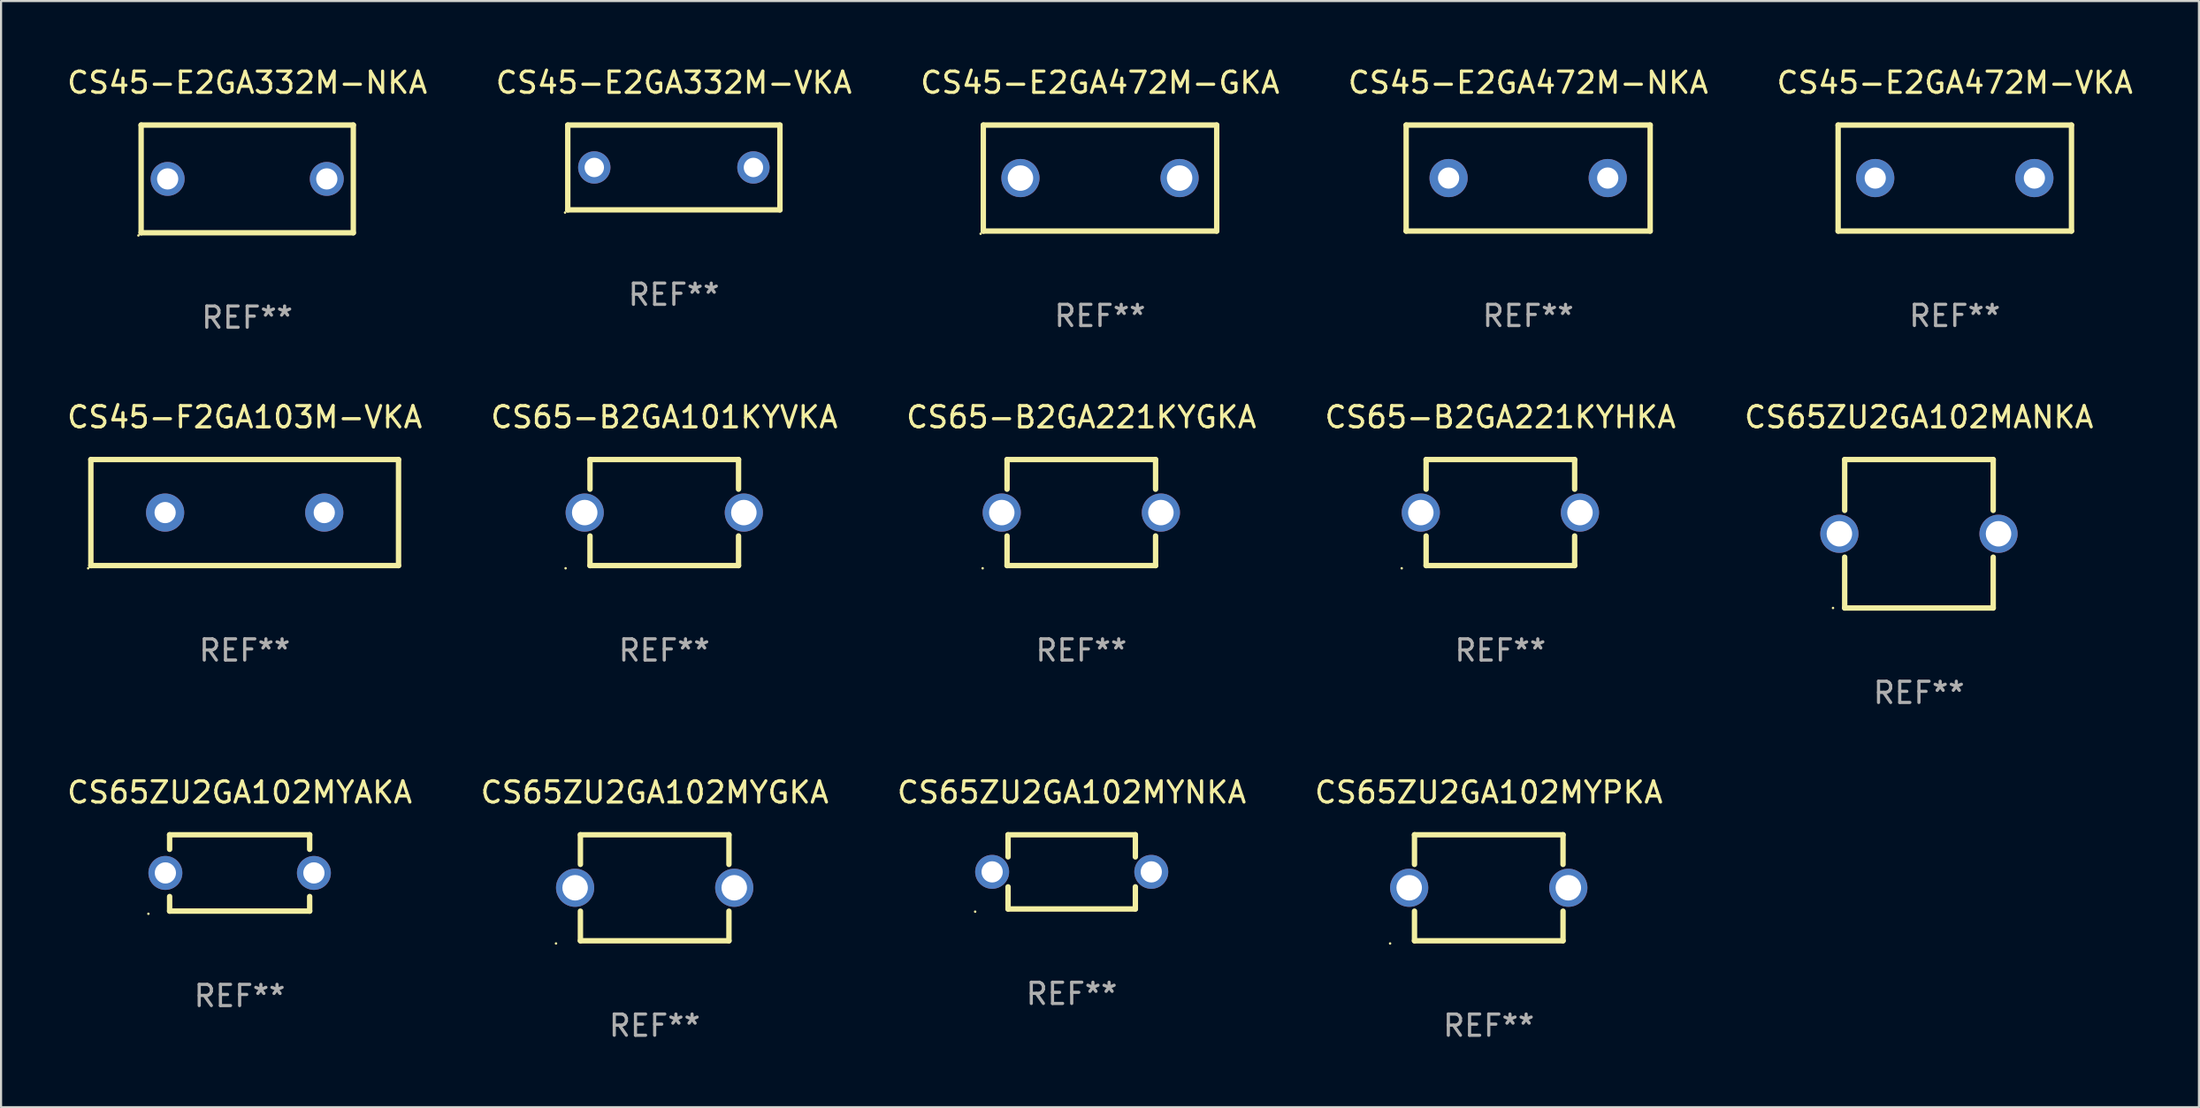
<source format=kicad_pcb>
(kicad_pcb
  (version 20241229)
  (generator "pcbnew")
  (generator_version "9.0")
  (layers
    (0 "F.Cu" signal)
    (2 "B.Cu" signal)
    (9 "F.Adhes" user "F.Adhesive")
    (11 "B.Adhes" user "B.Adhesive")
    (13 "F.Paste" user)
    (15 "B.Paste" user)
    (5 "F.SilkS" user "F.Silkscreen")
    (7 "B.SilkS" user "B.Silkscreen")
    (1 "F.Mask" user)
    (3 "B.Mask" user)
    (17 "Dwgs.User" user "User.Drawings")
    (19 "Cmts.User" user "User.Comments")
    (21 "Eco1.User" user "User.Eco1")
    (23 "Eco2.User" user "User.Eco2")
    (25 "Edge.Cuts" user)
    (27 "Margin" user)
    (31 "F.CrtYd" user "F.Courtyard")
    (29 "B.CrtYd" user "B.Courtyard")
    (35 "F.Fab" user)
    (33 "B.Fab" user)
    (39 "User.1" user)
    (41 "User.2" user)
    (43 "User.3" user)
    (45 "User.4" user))
  (footprint "CS65ZU2GA102MYAKA"
    (layer "F.Cu")
    (at 8.244 38.121)
    (property "Reference" "CS65ZU2GA102MYAKA" (at 0 -3.8 0) (layer "F.SilkS") (effects (font (size 1 1) (thickness 0.15))))
    (attr through_hole)
    (fp_line (start -3.3 -1.8) (end -3.3 -1.113) (stroke (width 0.254) (type solid)) (layer "F.SilkS"))
    (fp_line (start -3.3 -1.8) (end 3.3 -1.8) (stroke (width 0.254) (type solid)) (layer "F.SilkS"))
    (fp_line (start -3.3 1.113) (end -3.3 1.8) (stroke (width 0.254) (type solid)) (layer "F.SilkS"))
    (fp_line (start 3.3 1.8) (end -3.3 1.8) (stroke (width 0.254) (type solid)) (layer "F.SilkS"))
    (fp_line (start 3.3 -1.8) (end 3.3 -1.113) (stroke (width 0.254) (type solid)) (layer "F.SilkS"))
    (fp_line (start 3.3 1.113) (end 3.3 1.8) (stroke (width 0.254) (type solid)) (layer "F.SilkS"))
    (fp_circle (center -4.3 1.927) (end -4.27 1.927) (stroke (width 0.06) (type solid)) (fill no) (layer "F.SilkS"))
    (fp_text user "REF**" (at 0 5.8 0) (layer "F.Fab") (effects (font (size 1 1) (thickness 0.15))))
    (pad "1" thru_hole circle (at -3.5 0) (size 1.6 1.6) (drill 1) (layers "*.Cu" "*.Mask"))
    (pad "2" thru_hole circle (at 3.5 0) (size 1.6 1.6) (drill 1) (layers "*.Cu" "*.Mask")))
  (footprint "CS65-B2GA101KYVKA"
    (layer "F.Cu")
    (at 28.256 21.125)
    (property "Reference" "CS65-B2GA101KYVKA" (at 0 -4.5 0) (layer "F.SilkS") (effects (font (size 1 1) (thickness 0.15))))
    (attr through_hole)
    (fp_line (start -3.5 -2.5) (end -3.5 -1.103) (stroke (width 0.254) (type solid)) (layer "F.SilkS"))
    (fp_line (start -3.5 -2.5) (end 3.5 -2.5) (stroke (width 0.254) (type solid)) (layer "F.SilkS"))
    (fp_line (start -3.5 1.103) (end -3.5 2.5) (stroke (width 0.254) (type solid)) (layer "F.SilkS"))
    (fp_line (start 3.5 -2.5) (end 3.5 -1.103) (stroke (width 0.254) (type solid)) (layer "F.SilkS"))
    (fp_line (start 3.5 1.103) (end 3.5 2.5) (stroke (width 0.254) (type solid)) (layer "F.SilkS"))
    (fp_line (start 3.5 2.5) (end -3.5 2.5) (stroke (width 0.254) (type solid)) (layer "F.SilkS"))
    (fp_circle (center -4.65 2.627) (end -4.62 2.627) (stroke (width 0.06) (type solid)) (fill no) (layer "F.SilkS"))
    (fp_text user "REF**" (at 0 6.5 0) (layer "F.Fab") (effects (font (size 1 1) (thickness 0.15))))
    (pad "1" thru_hole circle (at -3.75 0) (size 1.8 1.8) (drill 1.2) (layers "*.Cu" "*.Mask"))
    (pad "2" thru_hole circle (at 3.75 0) (size 1.8 1.8) (drill 1.2) (layers "*.Cu" "*.Mask")))
  (footprint "CS65ZU2GA102MANKA"
    (layer "F.Cu")
    (at 87.387 22.125)
    (property "Reference" "CS65ZU2GA102MANKA" (at 0 -5.5 0) (layer "F.SilkS") (effects (font (size 1 1) (thickness 0.15))))
    (attr through_hole)
    (fp_line (start -3.5 -3.5) (end -3.5 -1.103) (stroke (width 0.254) (type solid)) (layer "F.SilkS"))
    (fp_line (start -3.5 -3.5) (end 3.5 -3.5) (stroke (width 0.254) (type solid)) (layer "F.SilkS"))
    (fp_line (start -3.5 1.103) (end -3.5 3.5) (stroke (width 0.254) (type solid)) (layer "F.SilkS"))
    (fp_line (start 3.5 -3.5) (end 3.5 -1.103) (stroke (width 0.254) (type solid)) (layer "F.SilkS"))
    (fp_line (start 3.5 1.103) (end 3.5 3.5) (stroke (width 0.254) (type solid)) (layer "F.SilkS"))
    (fp_line (start 3.5 3.5) (end -3.5 3.5) (stroke (width 0.254) (type solid)) (layer "F.SilkS"))
    (fp_circle (center -4.05 3.5) (end -4.02 3.5) (stroke (width 0.06) (type solid)) (fill no) (layer "F.SilkS"))
    (fp_text user "REF**" (at 0 7.5 0) (layer "F.Fab") (effects (font (size 1 1) (thickness 0.15))))
    (pad "1" thru_hole circle (at -3.75 0) (size 1.8 1.8) (drill 1.2) (layers "*.Cu" "*.Mask"))
    (pad "2" thru_hole circle (at 3.75 0) (size 1.8 1.8) (drill 1.2) (layers "*.Cu" "*.Mask")))
  (footprint "CS65ZU2GA102MYPKA"
    (layer "F.Cu")
    (at 67.113 38.821)
    (property "Reference" "CS65ZU2GA102MYPKA" (at 0 -4.5 0) (layer "F.SilkS") (effects (font (size 1 1) (thickness 0.15))))
    (attr through_hole)
    (fp_line (start -3.5 -2.5) (end -3.5 -1.103) (stroke (width 0.254) (type solid)) (layer "F.SilkS"))
    (fp_line (start -3.5 -2.5) (end 3.5 -2.5) (stroke (width 0.254) (type solid)) (layer "F.SilkS"))
    (fp_line (start -3.5 1.103) (end -3.5 2.5) (stroke (width 0.254) (type solid)) (layer "F.SilkS"))
    (fp_line (start 3.5 -2.5) (end 3.5 -1.103) (stroke (width 0.254) (type solid)) (layer "F.SilkS"))
    (fp_line (start 3.5 1.103) (end 3.5 2.5) (stroke (width 0.254) (type solid)) (layer "F.SilkS"))
    (fp_line (start 3.5 2.5) (end -3.5 2.5) (stroke (width 0.254) (type solid)) (layer "F.SilkS"))
    (fp_circle (center -4.65 2.627) (end -4.62 2.627) (stroke (width 0.06) (type solid)) (fill no) (layer "F.SilkS"))
    (fp_text user "REF**" (at 0 6.5 0) (layer "F.Fab") (effects (font (size 1 1) (thickness 0.15))))
    (pad "1" thru_hole circle (at -3.75 0) (size 1.8 1.8) (drill 1.2) (layers "*.Cu" "*.Mask"))
    (pad "2" thru_hole circle (at 3.75 0) (size 1.8 1.8) (drill 1.2) (layers "*.Cu" "*.Mask")))
  (footprint "CS65ZU2GA102MYNKA"
    (layer "F.Cu")
    (at 47.458 38.071)
    (property "Reference" "CS65ZU2GA102MYNKA" (at 0 -3.75 0) (layer "F.SilkS") (effects (font (size 1 1) (thickness 0.15))))
    (attr through_hole)
    (fp_line (start -3 -1.75) (end -3 -0.706) (stroke (width 0.254) (type solid)) (layer "F.SilkS"))
    (fp_line (start -3 -1.75) (end 3 -1.75) (stroke (width 0.254) (type solid)) (layer "F.SilkS"))
    (fp_line (start -3 0.706) (end -3 1.75) (stroke (width 0.254) (type solid)) (layer "F.SilkS"))
    (fp_line (start 3 -1.75) (end 3 -0.706) (stroke (width 0.254) (type solid)) (layer "F.SilkS"))
    (fp_line (start 3 0.706) (end 3 1.75) (stroke (width 0.254) (type solid)) (layer "F.SilkS"))
    (fp_line (start 3 1.75) (end -3 1.75) (stroke (width 0.254) (type solid)) (layer "F.SilkS"))
    (fp_circle (center -4.55 1.877) (end -4.52 1.877) (stroke (width 0.06) (type solid)) (fill no) (layer "F.SilkS"))
    (fp_text user "REF**" (at 0 5.75 0) (layer "F.Fab") (effects (font (size 1 1) (thickness 0.15))))
    (pad "1" thru_hole circle (at -3.75 -0.000025) (size 1.6 1.6) (drill 1) (layers "*.Cu" "*.Mask"))
    (pad "2" thru_hole circle (at 3.75 -0.000025) (size 1.6 1.6) (drill 1) (layers "*.Cu" "*.Mask")))
  (footprint "CS45-E2GA472M-NKA"
    (layer "F.Cu")
    (at 68.97 5.348)
    (property "Reference" "CS45-E2GA472M-NKA" (at 0 -4.5 0) (layer "F.SilkS") (effects (font (size 1 1) (thickness 0.15))))
    (attr through_hole)
    (fp_line (start -5.75 -2.5) (end 5.75 -2.5) (stroke (width 0.254) (type solid)) (layer "F.SilkS"))
    (fp_line (start -5.75 2.5) (end -5.75 -2.5) (stroke (width 0.254) (type solid)) (layer "F.SilkS"))
    (fp_line (start 5.75 -2.5) (end 5.75 2.5) (stroke (width 0.254) (type solid)) (layer "F.SilkS"))
    (fp_line (start 5.75 2.5) (end -5.75 2.5) (stroke (width 0.254) (type solid)) (layer "F.SilkS"))
    (fp_circle (center -5.75 2.5) (end -5.72 2.5) (stroke (width 0.06) (type solid)) (fill no) (layer "F.SilkS"))
    (fp_text user "REF**" (at 0 6.5 0) (layer "F.Fab") (effects (font (size 1 1) (thickness 0.15))))
    (pad "1" thru_hole circle (at -3.75 0) (size 1.8 1.8) (drill 1) (layers "*.Cu" "*.Mask"))
    (pad "2" thru_hole circle (at 3.75 0) (size 1.8 1.8) (drill 1) (layers "*.Cu" "*.Mask")))
  (footprint "CS65ZU2GA102MYGKA"
    (layer "F.Cu")
    (at 27.804 38.821)
    (property "Reference" "CS65ZU2GA102MYGKA" (at 0 -4.5 0) (layer "F.SilkS") (effects (font (size 1 1) (thickness 0.15))))
    (attr through_hole)
    (fp_line (start -3.5 -2.5) (end -3.5 -1.103) (stroke (width 0.254) (type solid)) (layer "F.SilkS"))
    (fp_line (start -3.5 -2.5) (end 3.5 -2.5) (stroke (width 0.254) (type solid)) (layer "F.SilkS"))
    (fp_line (start -3.5 1.103) (end -3.5 2.5) (stroke (width 0.254) (type solid)) (layer "F.SilkS"))
    (fp_line (start 3.5 -2.5) (end 3.5 -1.103) (stroke (width 0.254) (type solid)) (layer "F.SilkS"))
    (fp_line (start 3.5 1.103) (end 3.5 2.5) (stroke (width 0.254) (type solid)) (layer "F.SilkS"))
    (fp_line (start 3.5 2.5) (end -3.5 2.5) (stroke (width 0.254) (type solid)) (layer "F.SilkS"))
    (fp_circle (center -4.65 2.627) (end -4.62 2.627) (stroke (width 0.06) (type solid)) (fill no) (layer "F.SilkS"))
    (fp_text user "REF**" (at 0 6.5 0) (layer "F.Fab") (effects (font (size 1 1) (thickness 0.15))))
    (pad "1" thru_hole circle (at -3.75 0) (size 1.8 1.8) (drill 1.2) (layers "*.Cu" "*.Mask"))
    (pad "2" thru_hole circle (at 3.75 0) (size 1.8 1.8) (drill 1.2) (layers "*.Cu" "*.Mask")))
  (footprint "CS45-F2GA103M-VKA"
    (layer "F.Cu")
    (at 8.482 21.125)
    (property "Reference" "CS45-F2GA103M-VKA" (at 0 -4.5 0) (layer "F.SilkS") (effects (font (size 1 1) (thickness 0.15))))
    (attr through_hole)
    (fp_line (start -7.25 -2.5) (end -7.25 2.5) (stroke (width 0.254) (type solid)) (layer "F.SilkS"))
    (fp_line (start -7.25 -2.5) (end 7.25 -2.5) (stroke (width 0.254) (type solid)) (layer "F.SilkS"))
    (fp_line (start 7.25 2.5) (end -7.25 2.5) (stroke (width 0.254) (type solid)) (layer "F.SilkS"))
    (fp_line (start 7.25 -2.5) (end 7.25 2.5) (stroke (width 0.254) (type solid)) (layer "F.SilkS"))
    (fp_circle (center -7.377 2.627) (end -7.347 2.627) (stroke (width 0.06) (type solid)) (fill no) (layer "F.SilkS"))
    (fp_text user "REF**" (at 0 6.5 0) (layer "F.Fab") (effects (font (size 1 1) (thickness 0.15))))
    (pad "1" thru_hole circle (at -3.75 0) (size 1.8 1.8) (drill 1) (layers "*.Cu" "*.Mask"))
    (pad "2" thru_hole circle (at 3.75 0) (size 1.8 1.8) (drill 1) (layers "*.Cu" "*.Mask")))
  (footprint "CS45-E2GA472M-VKA"
    (layer "F.Cu")
    (at 89.077 5.348)
    (property "Reference" "CS45-E2GA472M-VKA" (at 0 -4.499 0) (layer "F.SilkS") (effects (font (size 1 1) (thickness 0.15))))
    (attr through_hole)
    (fp_line (start -5.499 -2.499) (end -5.499 2.499) (stroke (width 0.254) (type solid)) (layer "F.SilkS"))
    (fp_line (start -5.499 -2.499) (end 5.499 -2.499) (stroke (width 0.254) (type solid)) (layer "F.SilkS"))
    (fp_line (start 5.499 -2.499) (end 5.499 2.499) (stroke (width 0.254) (type solid)) (layer "F.SilkS"))
    (fp_line (start 5.499 2.499) (end -5.499 2.499) (stroke (width 0.254) (type solid)) (layer "F.SilkS"))
    (fp_circle (center -5.5 2.5) (end -5.47 2.5) (stroke (width 0.06) (type solid)) (fill no) (layer "F.SilkS"))
    (fp_text user "REF**" (at 0 6.499 0) (layer "F.Fab") (effects (font (size 1 1) (thickness 0.15))))
    (pad "1" thru_hole circle (at -3.75 0.000038) (size 1.8 1.8) (drill 1) (layers "*.Cu" "*.Mask"))
    (pad "2" thru_hole circle (at 3.75 0.000038) (size 1.8 1.8) (drill 1) (layers "*.Cu" "*.Mask")))
  (footprint "CS45-E2GA472M-GKA"
    (layer "F.Cu")
    (at 48.792 5.348)
    (property "Reference" "CS45-E2GA472M-GKA" (at 0 -4.5 0) (layer "F.SilkS") (effects (font (size 1 1) (thickness 0.15))))
    (attr through_hole)
    (fp_line (start -5.5 -2.5) (end 5.5 -2.5) (stroke (width 0.254) (type solid)) (layer "F.SilkS"))
    (fp_line (start -5.5 2.5) (end -5.5 -2.5) (stroke (width 0.254) (type solid)) (layer "F.SilkS"))
    (fp_line (start 5.5 -2.5) (end 5.5 2.5) (stroke (width 0.254) (type solid)) (layer "F.SilkS"))
    (fp_line (start 5.5 2.5) (end -5.5 2.5) (stroke (width 0.254) (type solid)) (layer "F.SilkS"))
    (fp_circle (center -5.627 2.627) (end -5.597 2.627) (stroke (width 0.06) (type solid)) (fill no) (layer "F.SilkS"))
    (fp_text user "REF**" (at 0 6.5 0) (layer "F.Fab") (effects (font (size 1 1) (thickness 0.15))))
    (pad "1" thru_hole circle (at -3.75 0) (size 1.8 1.8) (drill 1.2) (layers "*.Cu" "*.Mask"))
    (pad "2" thru_hole circle (at 3.75 0) (size 1.8 1.8) (drill 1.2) (layers "*.Cu" "*.Mask")))
  (footprint "CS45-E2GA332M-VKA"
    (layer "F.Cu")
    (at 28.708 4.848)
    (property "Reference" "CS45-E2GA332M-VKA" (at 0 -4 0) (layer "F.SilkS") (effects (font (size 1 1) (thickness 0.15))))
    (attr through_hole)
    (fp_line (start -5 -2) (end 5 -2) (stroke (width 0.254) (type solid)) (layer "F.SilkS"))
    (fp_line (start -5 2) (end -5 -2) (stroke (width 0.254) (type solid)) (layer "F.SilkS"))
    (fp_line (start 5 -2) (end 5 2) (stroke (width 0.254) (type solid)) (layer "F.SilkS"))
    (fp_line (start 5 2) (end -5 2) (stroke (width 0.254) (type solid)) (layer "F.SilkS"))
    (fp_circle (center -5.127 2.127) (end -5.097 2.127) (stroke (width 0.06) (type solid)) (fill no) (layer "F.SilkS"))
    (fp_text user "REF**" (at 0 6 0) (layer "F.Fab") (effects (font (size 1 1) (thickness 0.15))))
    (pad "1" thru_hole circle (at -3.75 0) (size 1.524 1.524) (drill 0.914) (layers "*.Cu" "*.Mask"))
    (pad "2" thru_hole circle (at 3.75 0) (size 1.524 1.524) (drill 0.914) (layers "*.Cu" "*.Mask")))
  (footprint "CS45-E2GA332M-NKA"
    (layer "F.Cu")
    (at 8.601 5.388)
    (property "Reference" "CS45-E2GA332M-NKA" (at 0 -4.54 0) (layer "F.SilkS") (effects (font (size 1 1) (thickness 0.15))))
    (attr through_hole)
    (fp_line (start -5 -2.54) (end 5 -2.54) (stroke (width 0.254) (type solid)) (layer "F.SilkS"))
    (fp_line (start -5 2.54) (end -5 -2.54) (stroke (width 0.254) (type solid)) (layer "F.SilkS"))
    (fp_line (start -5 2.54) (end 5 2.54) (stroke (width 0.254) (type solid)) (layer "F.SilkS"))
    (fp_line (start 5 -2.54) (end 5 2.54) (stroke (width 0.254) (type solid)) (layer "F.SilkS"))
    (fp_circle (center -5.127 2.667) (end -5.097 2.667) (stroke (width 0.06) (type solid)) (fill no) (layer "F.SilkS"))
    (fp_text user "REF**" (at 0 6.54 0) (layer "F.Fab") (effects (font (size 1 1) (thickness 0.15))))
    (pad "1" thru_hole circle (at -3.75 0) (size 1.6 1.6) (drill 1) (layers "*.Cu" "*.Mask"))
    (pad "2" thru_hole circle (at 3.75 0) (size 1.6 1.6) (drill 1) (layers "*.Cu" "*.Mask")))
  (footprint "CS65-B2GA221KYHKA"
    (layer "F.Cu")
    (at 67.661 21.125)
    (property "Reference" "CS65-B2GA221KYHKA" (at 0 -4.5 0) (layer "F.SilkS") (effects (font (size 1 1) (thickness 0.15))))
    (attr through_hole)
    (fp_line (start -3.5 -2.5) (end -3.5 -1.103) (stroke (width 0.254) (type solid)) (layer "F.SilkS"))
    (fp_line (start -3.5 -2.5) (end 3.5 -2.5) (stroke (width 0.254) (type solid)) (layer "F.SilkS"))
    (fp_line (start -3.5 1.103) (end -3.5 2.5) (stroke (width 0.254) (type solid)) (layer "F.SilkS"))
    (fp_line (start 3.5 -2.5) (end 3.5 -1.103) (stroke (width 0.254) (type solid)) (layer "F.SilkS"))
    (fp_line (start 3.5 1.103) (end 3.5 2.5) (stroke (width 0.254) (type solid)) (layer "F.SilkS"))
    (fp_line (start 3.5 2.5) (end -3.5 2.5) (stroke (width 0.254) (type solid)) (layer "F.SilkS"))
    (fp_circle (center -4.65 2.627) (end -4.62 2.627) (stroke (width 0.06) (type solid)) (fill no) (layer "F.SilkS"))
    (fp_text user "REF**" (at 0 6.5 0) (layer "F.Fab") (effects (font (size 1 1) (thickness 0.15))))
    (pad "1" thru_hole circle (at -3.75 0) (size 1.8 1.8) (drill 1.2) (layers "*.Cu" "*.Mask"))
    (pad "2" thru_hole circle (at 3.75 0) (size 1.8 1.8) (drill 1.2) (layers "*.Cu" "*.Mask")))
  (footprint "CS65-B2GA221KYGKA"
    (layer "F.Cu")
    (at 47.911 21.125)
    (property "Reference" "CS65-B2GA221KYGKA" (at 0 -4.5 0) (layer "F.SilkS") (effects (font (size 1 1) (thickness 0.15))))
    (attr through_hole)
    (fp_line (start -3.5 -2.5) (end -3.5 -1.103) (stroke (width 0.254) (type solid)) (layer "F.SilkS"))
    (fp_line (start -3.5 -2.5) (end 3.5 -2.5) (stroke (width 0.254) (type solid)) (layer "F.SilkS"))
    (fp_line (start -3.5 1.103) (end -3.5 2.5) (stroke (width 0.254) (type solid)) (layer "F.SilkS"))
    (fp_line (start 3.5 -2.5) (end 3.5 -1.103) (stroke (width 0.254) (type solid)) (layer "F.SilkS"))
    (fp_line (start 3.5 1.103) (end 3.5 2.5) (stroke (width 0.254) (type solid)) (layer "F.SilkS"))
    (fp_line (start 3.5 2.5) (end -3.5 2.5) (stroke (width 0.254) (type solid)) (layer "F.SilkS"))
    (fp_circle (center -4.65 2.627) (end -4.62 2.627) (stroke (width 0.06) (type solid)) (fill no) (layer "F.SilkS"))
    (fp_text user "REF**" (at 0 6.5 0) (layer "F.Fab") (effects (font (size 1 1) (thickness 0.15))))
    (pad "1" thru_hole circle (at -3.75 0) (size 1.8 1.8) (drill 1.2) (layers "*.Cu" "*.Mask"))
    (pad "2" thru_hole circle (at 3.75 0) (size 1.8 1.8) (drill 1.2) (layers "*.Cu" "*.Mask")))
  (gr_rect
    (start -3 -3)
    (end 100.583 49.17)
    (stroke (width 0.1) (type default))
    (fill no)
    (layer "Edge.Cuts")))
</source>
